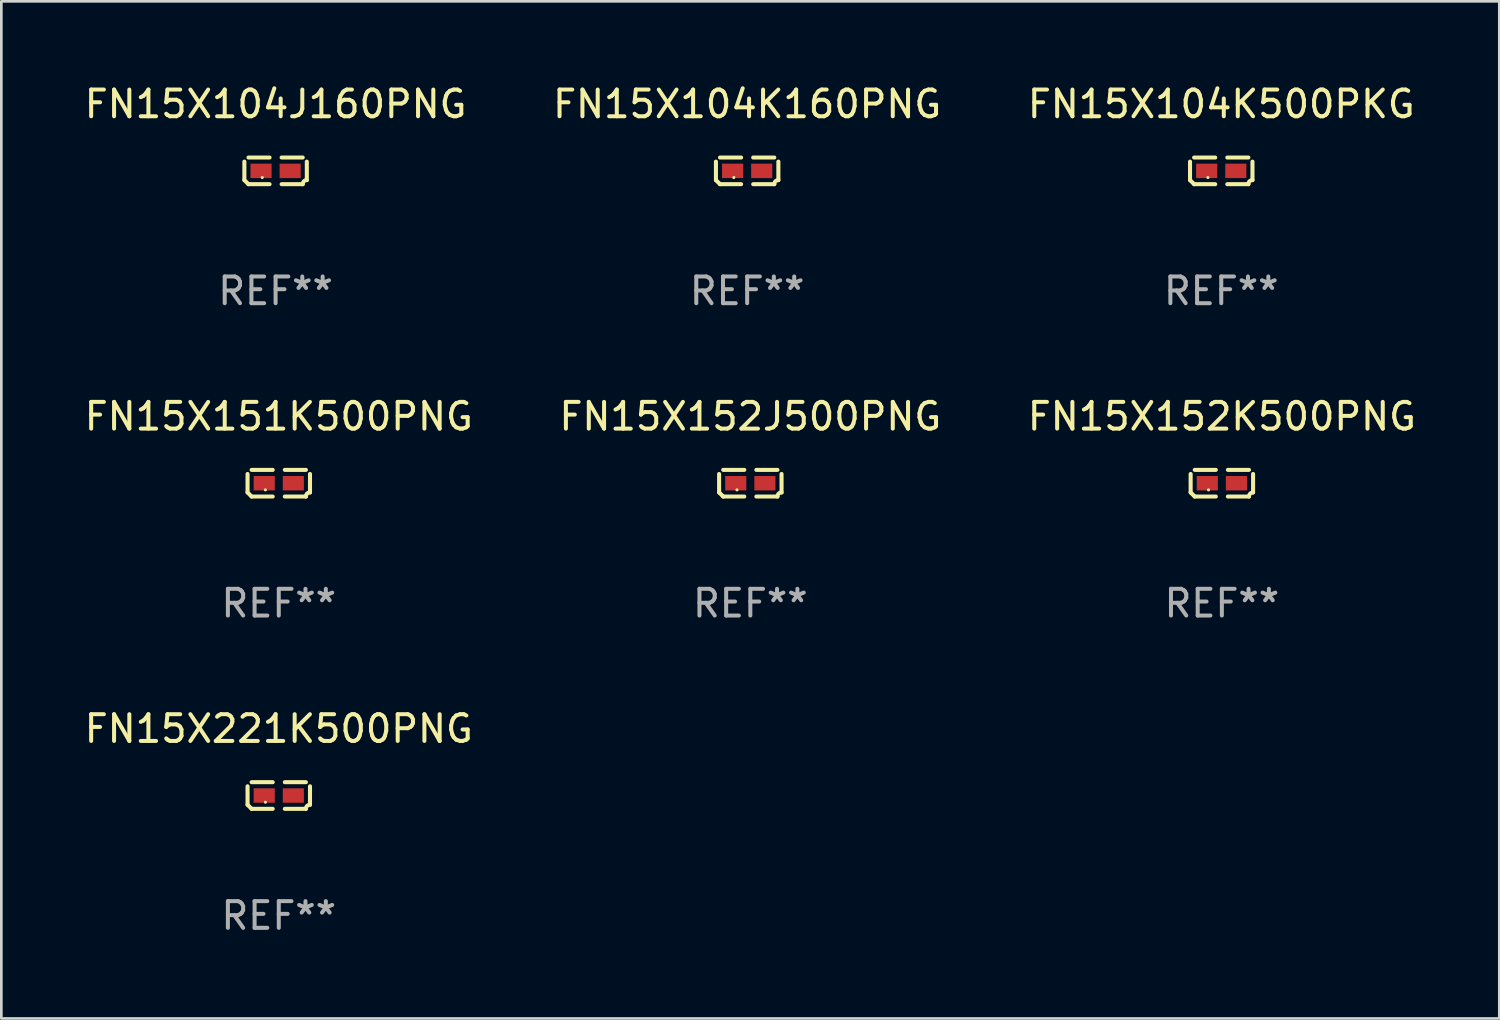
<source format=kicad_pcb>
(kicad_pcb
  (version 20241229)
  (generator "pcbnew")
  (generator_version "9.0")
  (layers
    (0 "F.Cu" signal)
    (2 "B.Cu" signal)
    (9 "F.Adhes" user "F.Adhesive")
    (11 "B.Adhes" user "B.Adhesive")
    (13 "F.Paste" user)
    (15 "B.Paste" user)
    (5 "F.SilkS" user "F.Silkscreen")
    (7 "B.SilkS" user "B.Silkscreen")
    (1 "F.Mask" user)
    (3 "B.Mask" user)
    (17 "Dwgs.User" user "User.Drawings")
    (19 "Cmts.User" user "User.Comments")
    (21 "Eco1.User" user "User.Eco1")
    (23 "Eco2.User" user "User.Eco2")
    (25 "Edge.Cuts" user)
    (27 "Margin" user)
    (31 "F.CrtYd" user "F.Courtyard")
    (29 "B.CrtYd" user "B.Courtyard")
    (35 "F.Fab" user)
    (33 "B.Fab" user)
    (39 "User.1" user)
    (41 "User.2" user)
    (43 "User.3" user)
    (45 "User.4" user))
  (footprint "FN15X151K500PNG"
    (layer "F.Cu")
    (at 7.387 15.041)
    (property "Reference" "FN15X151K500PNG" (at 0 -2.499 0) (layer "F.SilkS") (effects (font (size 1 1) (thickness 0.15))))
    (attr through_hole)
    (fp_line (start -1.169 0.346) (end -1.169 -0.346) (stroke (width 0.152) (type solid)) (layer "F.SilkS"))
    (fp_line (start -1.016 -0.499) (end -0.226 -0.499) (stroke (width 0.152) (type solid)) (layer "F.SilkS"))
    (fp_line (start -0.226 0.499) (end -1.016 0.499) (stroke (width 0.152) (type solid)) (layer "F.SilkS"))
    (fp_line (start 0.226 0.499) (end 1.016 0.499) (stroke (width 0.152) (type solid)) (layer "F.SilkS"))
    (fp_line (start 1.016 -0.499) (end 0.226 -0.499) (stroke (width 0.152) (type solid)) (layer "F.SilkS"))
    (fp_line (start 1.169 0.346) (end 1.169 -0.346) (stroke (width 0.152) (type solid)) (layer "F.SilkS"))
    (fp_arc (start -1.016307 0.498603) (mid -1.092512 0.422405) (end -1.16871 0.3462) (stroke (width 0.1524) (type solid)) (layer "F.SilkS"))
    (fp_arc (start 1.016307 0.498603) (mid 1.060899 0.390758) (end 1.168707 0.346076) (stroke (width 0.1524) (type solid)) (layer "F.SilkS"))
    (fp_circle (center -0.5 0.25) (end -0.47 0.25) (stroke (width 0.06) (type solid)) (fill no) (layer "F.SilkS"))
    (fp_text user "REF**" (at 0 4.499 0) (layer "F.Fab") (effects (font (size 1 1) (thickness 0.15))))
    (pad "1" smd rect (at -0.545 0) (size 0.79 0.54) (layers "F.Cu" "F.Mask" "F.Paste"))
    (pad "2" smd rect (at 0.545 0) (size 0.79 0.54) (layers "F.Cu" "F.Mask" "F.Paste")))
  (footprint "FN15X152J500PNG"
    (layer "F.Cu")
    (at 25.042 15.041)
    (property "Reference" "FN15X152J500PNG" (at 0 -2.499 0) (layer "F.SilkS") (effects (font (size 1 1) (thickness 0.15))))
    (attr through_hole)
    (fp_line (start -1.169 0.346) (end -1.169 -0.346) (stroke (width 0.152) (type solid)) (layer "F.SilkS"))
    (fp_line (start -1.016 -0.499) (end -0.226 -0.499) (stroke (width 0.152) (type solid)) (layer "F.SilkS"))
    (fp_line (start -0.226 0.499) (end -1.016 0.499) (stroke (width 0.152) (type solid)) (layer "F.SilkS"))
    (fp_line (start 0.226 0.499) (end 1.016 0.499) (stroke (width 0.152) (type solid)) (layer "F.SilkS"))
    (fp_line (start 1.016 -0.499) (end 0.226 -0.499) (stroke (width 0.152) (type solid)) (layer "F.SilkS"))
    (fp_line (start 1.169 0.346) (end 1.169 -0.346) (stroke (width 0.152) (type solid)) (layer "F.SilkS"))
    (fp_arc (start -1.016307 0.498603) (mid -1.092512 0.422405) (end -1.16871 0.3462) (stroke (width 0.1524) (type solid)) (layer "F.SilkS"))
    (fp_arc (start 1.016307 0.498603) (mid 1.060899 0.390758) (end 1.168707 0.346076) (stroke (width 0.1524) (type solid)) (layer "F.SilkS"))
    (fp_circle (center -0.5 0.25) (end -0.47 0.25) (stroke (width 0.06) (type solid)) (fill no) (layer "F.SilkS"))
    (fp_text user "REF**" (at 0 4.499 0) (layer "F.Fab") (effects (font (size 1 1) (thickness 0.15))))
    (pad "1" smd rect (at -0.545 0) (size 0.79 0.54) (layers "F.Cu" "F.Mask" "F.Paste"))
    (pad "2" smd rect (at 0.545 0) (size 0.79 0.54) (layers "F.Cu" "F.Mask" "F.Paste")))
  (footprint "FN15X104K500PKG"
    (layer "F.Cu")
    (at 42.673 3.347)
    (property "Reference" "FN15X104K500PKG" (at 0 -2.499 0) (layer "F.SilkS") (effects (font (size 1 1) (thickness 0.15))))
    (attr through_hole)
    (fp_line (start -1.169 0.346) (end -1.169 -0.346) (stroke (width 0.152) (type solid)) (layer "F.SilkS"))
    (fp_line (start -1.016 -0.499) (end -0.226 -0.499) (stroke (width 0.152) (type solid)) (layer "F.SilkS"))
    (fp_line (start -0.226 0.499) (end -1.016 0.499) (stroke (width 0.152) (type solid)) (layer "F.SilkS"))
    (fp_line (start 0.226 0.499) (end 1.016 0.499) (stroke (width 0.152) (type solid)) (layer "F.SilkS"))
    (fp_line (start 1.016 -0.499) (end 0.226 -0.499) (stroke (width 0.152) (type solid)) (layer "F.SilkS"))
    (fp_line (start 1.169 0.346) (end 1.169 -0.346) (stroke (width 0.152) (type solid)) (layer "F.SilkS"))
    (fp_arc (start -1.016307 0.498603) (mid -1.092512 0.422405) (end -1.16871 0.3462) (stroke (width 0.1524) (type solid)) (layer "F.SilkS"))
    (fp_arc (start 1.016307 0.498603) (mid 1.060899 0.390758) (end 1.168707 0.346076) (stroke (width 0.1524) (type solid)) (layer "F.SilkS"))
    (fp_circle (center -0.5 0.25) (end -0.47 0.25) (stroke (width 0.06) (type solid)) (fill no) (layer "F.SilkS"))
    (fp_text user "REF**" (at 0 4.499 0) (layer "F.Fab") (effects (font (size 1 1) (thickness 0.15))))
    (pad "1" smd rect (at -0.545 0) (size 0.79 0.54) (layers "F.Cu" "F.Mask" "F.Paste"))
    (pad "2" smd rect (at 0.545 0) (size 0.79 0.54) (layers "F.Cu" "F.Mask" "F.Paste")))
  (footprint "FN15X221K500PNG"
    (layer "F.Cu")
    (at 7.387 26.734)
    (property "Reference" "FN15X221K500PNG" (at 0 -2.499 0) (layer "F.SilkS") (effects (font (size 1 1) (thickness 0.15))))
    (attr through_hole)
    (fp_line (start -1.169 0.346) (end -1.169 -0.346) (stroke (width 0.152) (type solid)) (layer "F.SilkS"))
    (fp_line (start -1.016 -0.499) (end -0.226 -0.499) (stroke (width 0.152) (type solid)) (layer "F.SilkS"))
    (fp_line (start -0.226 0.499) (end -1.016 0.499) (stroke (width 0.152) (type solid)) (layer "F.SilkS"))
    (fp_line (start 0.226 0.499) (end 1.016 0.499) (stroke (width 0.152) (type solid)) (layer "F.SilkS"))
    (fp_line (start 1.016 -0.499) (end 0.226 -0.499) (stroke (width 0.152) (type solid)) (layer "F.SilkS"))
    (fp_line (start 1.169 0.346) (end 1.169 -0.346) (stroke (width 0.152) (type solid)) (layer "F.SilkS"))
    (fp_arc (start -1.016307 0.498603) (mid -1.092512 0.422405) (end -1.16871 0.3462) (stroke (width 0.1524) (type solid)) (layer "F.SilkS"))
    (fp_arc (start 1.016307 0.498603) (mid 1.060899 0.390758) (end 1.168707 0.346076) (stroke (width 0.1524) (type solid)) (layer "F.SilkS"))
    (fp_circle (center -0.5 0.25) (end -0.47 0.25) (stroke (width 0.06) (type solid)) (fill no) (layer "F.SilkS"))
    (fp_text user "REF**" (at 0 4.499 0) (layer "F.Fab") (effects (font (size 1 1) (thickness 0.15))))
    (pad "1" smd rect (at -0.545 0) (size 0.79 0.54) (layers "F.Cu" "F.Mask" "F.Paste"))
    (pad "2" smd rect (at 0.545 0) (size 0.79 0.54) (layers "F.Cu" "F.Mask" "F.Paste")))
  (footprint "FN15X104J160PNG"
    (layer "F.Cu")
    (at 7.268 3.347)
    (property "Reference" "FN15X104J160PNG" (at 0 -2.499 0) (layer "F.SilkS") (effects (font (size 1 1) (thickness 0.15))))
    (attr through_hole)
    (fp_line (start -1.169 0.346) (end -1.169 -0.346) (stroke (width 0.152) (type solid)) (layer "F.SilkS"))
    (fp_line (start -1.016 -0.499) (end -0.226 -0.499) (stroke (width 0.152) (type solid)) (layer "F.SilkS"))
    (fp_line (start -0.226 0.499) (end -1.016 0.499) (stroke (width 0.152) (type solid)) (layer "F.SilkS"))
    (fp_line (start 0.226 0.499) (end 1.016 0.499) (stroke (width 0.152) (type solid)) (layer "F.SilkS"))
    (fp_line (start 1.016 -0.499) (end 0.226 -0.499) (stroke (width 0.152) (type solid)) (layer "F.SilkS"))
    (fp_line (start 1.169 0.346) (end 1.169 -0.346) (stroke (width 0.152) (type solid)) (layer "F.SilkS"))
    (fp_arc (start -1.016307 0.498603) (mid -1.092512 0.422405) (end -1.16871 0.3462) (stroke (width 0.1524) (type solid)) (layer "F.SilkS"))
    (fp_arc (start 1.016307 0.498603) (mid 1.060899 0.390758) (end 1.168707 0.346076) (stroke (width 0.1524) (type solid)) (layer "F.SilkS"))
    (fp_circle (center -0.5 0.25) (end -0.47 0.25) (stroke (width 0.06) (type solid)) (fill no) (layer "F.SilkS"))
    (fp_text user "REF**" (at 0 4.499 0) (layer "F.Fab") (effects (font (size 1 1) (thickness 0.15))))
    (pad "1" smd rect (at -0.545 0) (size 0.79 0.54) (layers "F.Cu" "F.Mask" "F.Paste"))
    (pad "2" smd rect (at 0.545 0) (size 0.79 0.54) (layers "F.Cu" "F.Mask" "F.Paste")))
  (footprint "FN15X104K160PNG"
    (layer "F.Cu")
    (at 24.923 3.347)
    (property "Reference" "FN15X104K160PNG" (at 0 -2.499 0) (layer "F.SilkS") (effects (font (size 1 1) (thickness 0.15))))
    (attr through_hole)
    (fp_line (start -1.169 0.346) (end -1.169 -0.346) (stroke (width 0.152) (type solid)) (layer "F.SilkS"))
    (fp_line (start -1.016 -0.499) (end -0.226 -0.499) (stroke (width 0.152) (type solid)) (layer "F.SilkS"))
    (fp_line (start -0.226 0.499) (end -1.016 0.499) (stroke (width 0.152) (type solid)) (layer "F.SilkS"))
    (fp_line (start 0.226 0.499) (end 1.016 0.499) (stroke (width 0.152) (type solid)) (layer "F.SilkS"))
    (fp_line (start 1.016 -0.499) (end 0.226 -0.499) (stroke (width 0.152) (type solid)) (layer "F.SilkS"))
    (fp_line (start 1.169 0.346) (end 1.169 -0.346) (stroke (width 0.152) (type solid)) (layer "F.SilkS"))
    (fp_arc (start -1.016307 0.498603) (mid -1.092512 0.422405) (end -1.16871 0.3462) (stroke (width 0.1524) (type solid)) (layer "F.SilkS"))
    (fp_arc (start 1.016307 0.498603) (mid 1.060899 0.390758) (end 1.168707 0.346076) (stroke (width 0.1524) (type solid)) (layer "F.SilkS"))
    (fp_circle (center -0.5 0.25) (end -0.47 0.25) (stroke (width 0.06) (type solid)) (fill no) (layer "F.SilkS"))
    (fp_text user "REF**" (at 0 4.499 0) (layer "F.Fab") (effects (font (size 1 1) (thickness 0.15))))
    (pad "1" smd rect (at -0.545 0) (size 0.79 0.54) (layers "F.Cu" "F.Mask" "F.Paste"))
    (pad "2" smd rect (at 0.545 0) (size 0.79 0.54) (layers "F.Cu" "F.Mask" "F.Paste")))
  (footprint "FN15X152K500PNG"
    (layer "F.Cu")
    (at 42.696 15.041)
    (property "Reference" "FN15X152K500PNG" (at 0 -2.499 0) (layer "F.SilkS") (effects (font (size 1 1) (thickness 0.15))))
    (attr through_hole)
    (fp_line (start -1.169 0.346) (end -1.169 -0.346) (stroke (width 0.152) (type solid)) (layer "F.SilkS"))
    (fp_line (start -1.016 -0.499) (end -0.226 -0.499) (stroke (width 0.152) (type solid)) (layer "F.SilkS"))
    (fp_line (start -0.226 0.499) (end -1.016 0.499) (stroke (width 0.152) (type solid)) (layer "F.SilkS"))
    (fp_line (start 0.226 0.499) (end 1.016 0.499) (stroke (width 0.152) (type solid)) (layer "F.SilkS"))
    (fp_line (start 1.016 -0.499) (end 0.226 -0.499) (stroke (width 0.152) (type solid)) (layer "F.SilkS"))
    (fp_line (start 1.169 0.346) (end 1.169 -0.346) (stroke (width 0.152) (type solid)) (layer "F.SilkS"))
    (fp_arc (start -1.016307 0.498603) (mid -1.092512 0.422405) (end -1.16871 0.3462) (stroke (width 0.1524) (type solid)) (layer "F.SilkS"))
    (fp_arc (start 1.016307 0.498603) (mid 1.060899 0.390758) (end 1.168707 0.346076) (stroke (width 0.1524) (type solid)) (layer "F.SilkS"))
    (fp_circle (center -0.5 0.25) (end -0.47 0.25) (stroke (width 0.06) (type solid)) (fill no) (layer "F.SilkS"))
    (fp_text user "REF**" (at 0 4.499 0) (layer "F.Fab") (effects (font (size 1 1) (thickness 0.15))))
    (pad "1" smd rect (at -0.545 0) (size 0.79 0.54) (layers "F.Cu" "F.Mask" "F.Paste"))
    (pad "2" smd rect (at 0.545 0) (size 0.79 0.54) (layers "F.Cu" "F.Mask" "F.Paste")))
  (gr_rect
    (start -3 -3)
    (end 53.083 35.081)
    (stroke (width 0.1) (type default))
    (fill no)
    (layer "Edge.Cuts")))
</source>
